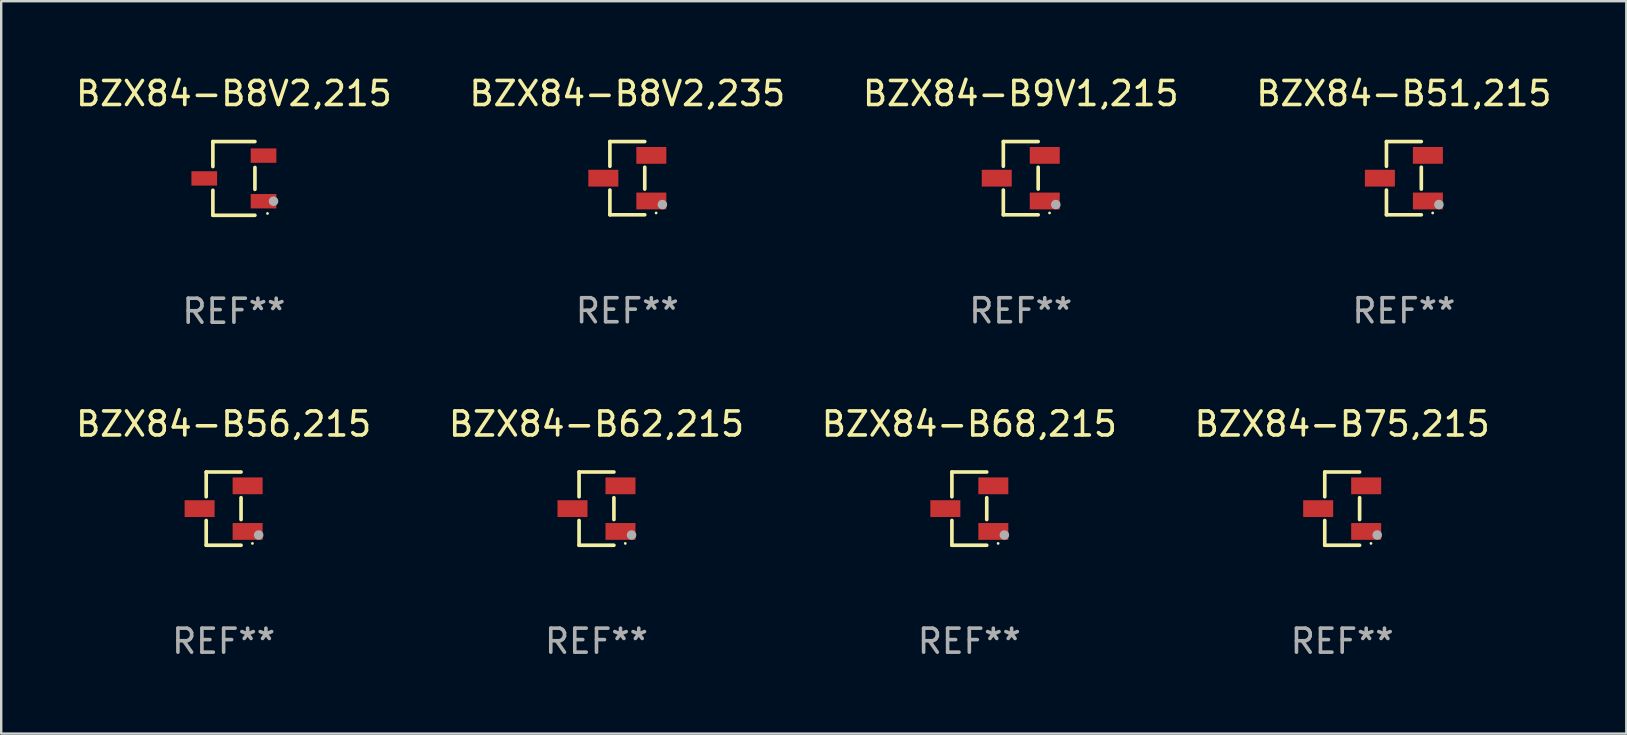
<source format=kicad_pcb>
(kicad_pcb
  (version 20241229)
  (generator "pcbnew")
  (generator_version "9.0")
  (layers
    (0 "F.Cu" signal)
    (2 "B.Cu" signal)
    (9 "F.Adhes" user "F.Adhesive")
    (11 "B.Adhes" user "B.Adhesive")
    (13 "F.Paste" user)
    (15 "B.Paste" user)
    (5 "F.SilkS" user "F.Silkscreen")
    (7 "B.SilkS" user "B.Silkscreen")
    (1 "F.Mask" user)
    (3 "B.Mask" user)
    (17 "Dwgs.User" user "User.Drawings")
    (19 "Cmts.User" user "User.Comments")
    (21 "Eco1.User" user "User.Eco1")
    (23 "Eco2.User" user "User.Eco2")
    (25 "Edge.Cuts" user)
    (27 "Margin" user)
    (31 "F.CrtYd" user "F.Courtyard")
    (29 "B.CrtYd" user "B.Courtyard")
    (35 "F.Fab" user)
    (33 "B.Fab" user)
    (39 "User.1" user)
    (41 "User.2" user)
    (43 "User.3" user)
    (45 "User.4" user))
  (footprint "BZX84-B9V1,215"
    (layer "F.Cu")
    (at 39.482 4.374)
    (property "Reference" "BZX84-B9V1,215" (at 0 -3.526 0) (layer "F.SilkS") (effects (font (size 1 1) (thickness 0.15))))
    (attr through_hole)
    (fp_line (start -0.726 -1.526) (end -0.726 -0.495) (stroke (width 0.152) (type solid)) (layer "F.SilkS"))
    (fp_line (start -0.726 1.526) (end -0.726 0.495) (stroke (width 0.152) (type solid)) (layer "F.SilkS"))
    (fp_line (start 0.726 -1.526) (end -0.726 -1.526) (stroke (width 0.152) (type solid)) (layer "F.SilkS"))
    (fp_line (start 0.726 -0.455) (end 0.726 0.455) (stroke (width 0.152) (type solid)) (layer "F.SilkS"))
    (fp_line (start 0.726 1.526) (end -0.726 1.526) (stroke (width 0.152) (type solid)) (layer "F.SilkS"))
    (fp_circle (center 1.2 1.45) (end 1.23 1.45) (stroke (width 0.06) (type solid)) (fill no) (layer "F.SilkS"))
    (fp_circle (center 1.46 1.1) (end 1.56 1.1) (stroke (width 0.2) (type solid)) (fill no) (layer "F.Fab"))
    (fp_text user "REF**" (at 0 5.526 0) (layer "F.Fab") (effects (font (size 1 1) (thickness 0.15))))
    (pad "1" smd rect (at 1 0.95) (size 1.25 0.7) (layers "F.Cu" "F.Mask" "F.Paste"))
    (pad "2" smd rect (at 1 -0.95) (size 1.25 0.7) (layers "F.Cu" "F.Mask" "F.Paste"))
    (pad "3" smd rect (at -1 0) (size 1.25 0.7) (layers "F.Cu" "F.Mask" "F.Paste")))
  (footprint "BZX84-B51,215"
    (layer "F.Cu")
    (at 55.446 4.374)
    (property "Reference" "BZX84-B51,215" (at 0 -3.526 0) (layer "F.SilkS") (effects (font (size 1 1) (thickness 0.15))))
    (attr through_hole)
    (fp_line (start -0.726 -1.526) (end -0.726 -0.495) (stroke (width 0.152) (type solid)) (layer "F.SilkS"))
    (fp_line (start -0.726 1.526) (end -0.726 0.495) (stroke (width 0.152) (type solid)) (layer "F.SilkS"))
    (fp_line (start 0.726 -1.526) (end -0.726 -1.526) (stroke (width 0.152) (type solid)) (layer "F.SilkS"))
    (fp_line (start 0.726 -0.455) (end 0.726 0.455) (stroke (width 0.152) (type solid)) (layer "F.SilkS"))
    (fp_line (start 0.726 1.526) (end -0.726 1.526) (stroke (width 0.152) (type solid)) (layer "F.SilkS"))
    (fp_circle (center 1.2 1.45) (end 1.23 1.45) (stroke (width 0.06) (type solid)) (fill no) (layer "F.SilkS"))
    (fp_circle (center 1.46 1.1) (end 1.56 1.1) (stroke (width 0.2) (type solid)) (fill no) (layer "F.Fab"))
    (fp_text user "REF**" (at 0 5.526 0) (layer "F.Fab") (effects (font (size 1 1) (thickness 0.15))))
    (pad "1" smd rect (at 1 0.95) (size 1.25 0.7) (layers "F.Cu" "F.Mask" "F.Paste"))
    (pad "2" smd rect (at 1 -0.95) (size 1.25 0.7) (layers "F.Cu" "F.Mask" "F.Paste"))
    (pad "3" smd rect (at -1 0) (size 1.25 0.7) (layers "F.Cu" "F.Mask" "F.Paste")))
  (footprint "BZX84-B56,215"
    (layer "F.Cu")
    (at 6.268 18.143)
    (property "Reference" "BZX84-B56,215" (at 0 -3.526 0) (layer "F.SilkS") (effects (font (size 1 1) (thickness 0.15))))
    (attr through_hole)
    (fp_line (start -0.726 -1.526) (end -0.726 -0.495) (stroke (width 0.152) (type solid)) (layer "F.SilkS"))
    (fp_line (start -0.726 1.526) (end -0.726 0.495) (stroke (width 0.152) (type solid)) (layer "F.SilkS"))
    (fp_line (start 0.726 -1.526) (end -0.726 -1.526) (stroke (width 0.152) (type solid)) (layer "F.SilkS"))
    (fp_line (start 0.726 -0.455) (end 0.726 0.455) (stroke (width 0.152) (type solid)) (layer "F.SilkS"))
    (fp_line (start 0.726 1.526) (end -0.726 1.526) (stroke (width 0.152) (type solid)) (layer "F.SilkS"))
    (fp_circle (center 1.2 1.45) (end 1.23 1.45) (stroke (width 0.06) (type solid)) (fill no) (layer "F.SilkS"))
    (fp_circle (center 1.46 1.1) (end 1.56 1.1) (stroke (width 0.2) (type solid)) (fill no) (layer "F.Fab"))
    (fp_text user "REF**" (at 0 5.526 0) (layer "F.Fab") (effects (font (size 1 1) (thickness 0.15))))
    (pad "1" smd rect (at 1 0.95) (size 1.25 0.7) (layers "F.Cu" "F.Mask" "F.Paste"))
    (pad "2" smd rect (at 1 -0.95) (size 1.25 0.7) (layers "F.Cu" "F.Mask" "F.Paste"))
    (pad "3" smd rect (at -1 0) (size 1.25 0.7) (layers "F.Cu" "F.Mask" "F.Paste")))
  (footprint "BZX84-B8V2,235"
    (layer "F.Cu")
    (at 23.089 4.374)
    (property "Reference" "BZX84-B8V2,235" (at 0 -3.526 0) (layer "F.SilkS") (effects (font (size 1 1) (thickness 0.15))))
    (attr through_hole)
    (fp_line (start -0.726 -1.526) (end -0.726 -0.495) (stroke (width 0.152) (type solid)) (layer "F.SilkS"))
    (fp_line (start -0.726 1.526) (end -0.726 0.495) (stroke (width 0.152) (type solid)) (layer "F.SilkS"))
    (fp_line (start 0.726 -1.526) (end -0.726 -1.526) (stroke (width 0.152) (type solid)) (layer "F.SilkS"))
    (fp_line (start 0.726 -0.455) (end 0.726 0.455) (stroke (width 0.152) (type solid)) (layer "F.SilkS"))
    (fp_line (start 0.726 1.526) (end -0.726 1.526) (stroke (width 0.152) (type solid)) (layer "F.SilkS"))
    (fp_circle (center 1.2 1.45) (end 1.23 1.45) (stroke (width 0.06) (type solid)) (fill no) (layer "F.SilkS"))
    (fp_circle (center 1.46 1.1) (end 1.56 1.1) (stroke (width 0.2) (type solid)) (fill no) (layer "F.Fab"))
    (fp_text user "REF**" (at 0 5.526 0) (layer "F.Fab") (effects (font (size 1 1) (thickness 0.15))))
    (pad "1" smd rect (at 1 0.95) (size 1.25 0.7) (layers "F.Cu" "F.Mask" "F.Paste"))
    (pad "2" smd rect (at 1 -0.95) (size 1.25 0.7) (layers "F.Cu" "F.Mask" "F.Paste"))
    (pad "3" smd rect (at -1 0) (size 1.25 0.7) (layers "F.Cu" "F.Mask" "F.Paste")))
  (footprint "BZX84-B62,215"
    (layer "F.Cu")
    (at 21.804 18.143)
    (property "Reference" "BZX84-B62,215" (at 0 -3.526 0) (layer "F.SilkS") (effects (font (size 1 1) (thickness 0.15))))
    (attr through_hole)
    (fp_line (start -0.726 -1.526) (end -0.726 -0.495) (stroke (width 0.152) (type solid)) (layer "F.SilkS"))
    (fp_line (start -0.726 1.526) (end -0.726 0.495) (stroke (width 0.152) (type solid)) (layer "F.SilkS"))
    (fp_line (start 0.726 -1.526) (end -0.726 -1.526) (stroke (width 0.152) (type solid)) (layer "F.SilkS"))
    (fp_line (start 0.726 -0.455) (end 0.726 0.455) (stroke (width 0.152) (type solid)) (layer "F.SilkS"))
    (fp_line (start 0.726 1.526) (end -0.726 1.526) (stroke (width 0.152) (type solid)) (layer "F.SilkS"))
    (fp_circle (center 1.2 1.45) (end 1.23 1.45) (stroke (width 0.06) (type solid)) (fill no) (layer "F.SilkS"))
    (fp_circle (center 1.46 1.1) (end 1.56 1.1) (stroke (width 0.2) (type solid)) (fill no) (layer "F.Fab"))
    (fp_text user "REF**" (at 0 5.526 0) (layer "F.Fab") (effects (font (size 1 1) (thickness 0.15))))
    (pad "1" smd rect (at 1 0.95) (size 1.25 0.7) (layers "F.Cu" "F.Mask" "F.Paste"))
    (pad "2" smd rect (at 1 -0.95) (size 1.25 0.7) (layers "F.Cu" "F.Mask" "F.Paste"))
    (pad "3" smd rect (at -1 0) (size 1.25 0.7) (layers "F.Cu" "F.Mask" "F.Paste")))
  (footprint "BZX84-B8V2,215"
    (layer "F.Cu")
    (at 6.696 4.384)
    (property "Reference" "BZX84-B8V2,215" (at 0 -3.536 0) (layer "F.SilkS") (effects (font (size 1 1) (thickness 0.15))))
    (attr through_hole)
    (fp_line (start -0.876 -1.536) (end -0.876 -0.495) (stroke (width 0.152) (type solid)) (layer "F.SilkS"))
    (fp_line (start -0.876 1.536) (end -0.876 0.495) (stroke (width 0.152) (type solid)) (layer "F.SilkS"))
    (fp_line (start 0.876 -1.536) (end -0.876 -1.536) (stroke (width 0.152) (type solid)) (layer "F.SilkS"))
    (fp_line (start 0.876 -0.455) (end 0.876 0.455) (stroke (width 0.152) (type solid)) (layer "F.SilkS"))
    (fp_line (start 0.876 1.536) (end -0.876 1.536) (stroke (width 0.152) (type solid)) (layer "F.SilkS"))
    (fp_circle (center 1.4 1.46) (end 1.43 1.46) (stroke (width 0.06) (type solid)) (fill no) (layer "F.SilkS"))
    (fp_circle (center 1.651 0.95) (end 1.751 0.95) (stroke (width 0.2) (type solid)) (fill no) (layer "F.Fab"))
    (fp_text user "REF**" (at 0 5.536 0) (layer "F.Fab") (effects (font (size 1 1) (thickness 0.15))))
    (pad "1" smd rect (at 1.235 0.95) (size 1.07 0.6) (layers "F.Cu" "F.Mask" "F.Paste"))
    (pad "2" smd rect (at 1.235 -0.95) (size 1.07 0.6) (layers "F.Cu" "F.Mask" "F.Paste"))
    (pad "3" smd rect (at -1.235 0) (size 1.07 0.6) (layers "F.Cu" "F.Mask" "F.Paste")))
  (footprint "BZX84-B68,215"
    (layer "F.Cu")
    (at 37.339 18.143)
    (property "Reference" "BZX84-B68,215" (at 0 -3.526 0) (layer "F.SilkS") (effects (font (size 1 1) (thickness 0.15))))
    (attr through_hole)
    (fp_line (start -0.726 -1.526) (end -0.726 -0.495) (stroke (width 0.152) (type solid)) (layer "F.SilkS"))
    (fp_line (start -0.726 1.526) (end -0.726 0.495) (stroke (width 0.152) (type solid)) (layer "F.SilkS"))
    (fp_line (start 0.726 -1.526) (end -0.726 -1.526) (stroke (width 0.152) (type solid)) (layer "F.SilkS"))
    (fp_line (start 0.726 -0.455) (end 0.726 0.455) (stroke (width 0.152) (type solid)) (layer "F.SilkS"))
    (fp_line (start 0.726 1.526) (end -0.726 1.526) (stroke (width 0.152) (type solid)) (layer "F.SilkS"))
    (fp_circle (center 1.2 1.45) (end 1.23 1.45) (stroke (width 0.06) (type solid)) (fill no) (layer "F.SilkS"))
    (fp_circle (center 1.46 1.1) (end 1.56 1.1) (stroke (width 0.2) (type solid)) (fill no) (layer "F.Fab"))
    (fp_text user "REF**" (at 0 5.526 0) (layer "F.Fab") (effects (font (size 1 1) (thickness 0.15))))
    (pad "1" smd rect (at 1 0.95) (size 1.25 0.7) (layers "F.Cu" "F.Mask" "F.Paste"))
    (pad "2" smd rect (at 1 -0.95) (size 1.25 0.7) (layers "F.Cu" "F.Mask" "F.Paste"))
    (pad "3" smd rect (at -1 0) (size 1.25 0.7) (layers "F.Cu" "F.Mask" "F.Paste")))
  (footprint "BZX84-B75,215"
    (layer "F.Cu")
    (at 52.875 18.143)
    (property "Reference" "BZX84-B75,215" (at 0 -3.526 0) (layer "F.SilkS") (effects (font (size 1 1) (thickness 0.15))))
    (attr through_hole)
    (fp_line (start -0.726 -1.526) (end -0.726 -0.495) (stroke (width 0.152) (type solid)) (layer "F.SilkS"))
    (fp_line (start -0.726 1.526) (end -0.726 0.495) (stroke (width 0.152) (type solid)) (layer "F.SilkS"))
    (fp_line (start 0.726 -1.526) (end -0.726 -1.526) (stroke (width 0.152) (type solid)) (layer "F.SilkS"))
    (fp_line (start 0.726 -0.455) (end 0.726 0.455) (stroke (width 0.152) (type solid)) (layer "F.SilkS"))
    (fp_line (start 0.726 1.526) (end -0.726 1.526) (stroke (width 0.152) (type solid)) (layer "F.SilkS"))
    (fp_circle (center 1.2 1.45) (end 1.23 1.45) (stroke (width 0.06) (type solid)) (fill no) (layer "F.SilkS"))
    (fp_circle (center 1.46 1.1) (end 1.56 1.1) (stroke (width 0.2) (type solid)) (fill no) (layer "F.Fab"))
    (fp_text user "REF**" (at 0 5.526 0) (layer "F.Fab") (effects (font (size 1 1) (thickness 0.15))))
    (pad "1" smd rect (at 1 0.95) (size 1.25 0.7) (layers "F.Cu" "F.Mask" "F.Paste"))
    (pad "2" smd rect (at 1 -0.95) (size 1.25 0.7) (layers "F.Cu" "F.Mask" "F.Paste"))
    (pad "3" smd rect (at -1 0) (size 1.25 0.7) (layers "F.Cu" "F.Mask" "F.Paste")))
  (gr_rect
    (start -3 -3)
    (end 64.714 27.518)
    (stroke (width 0.1) (type default))
    (fill no)
    (layer "Edge.Cuts")))
</source>
